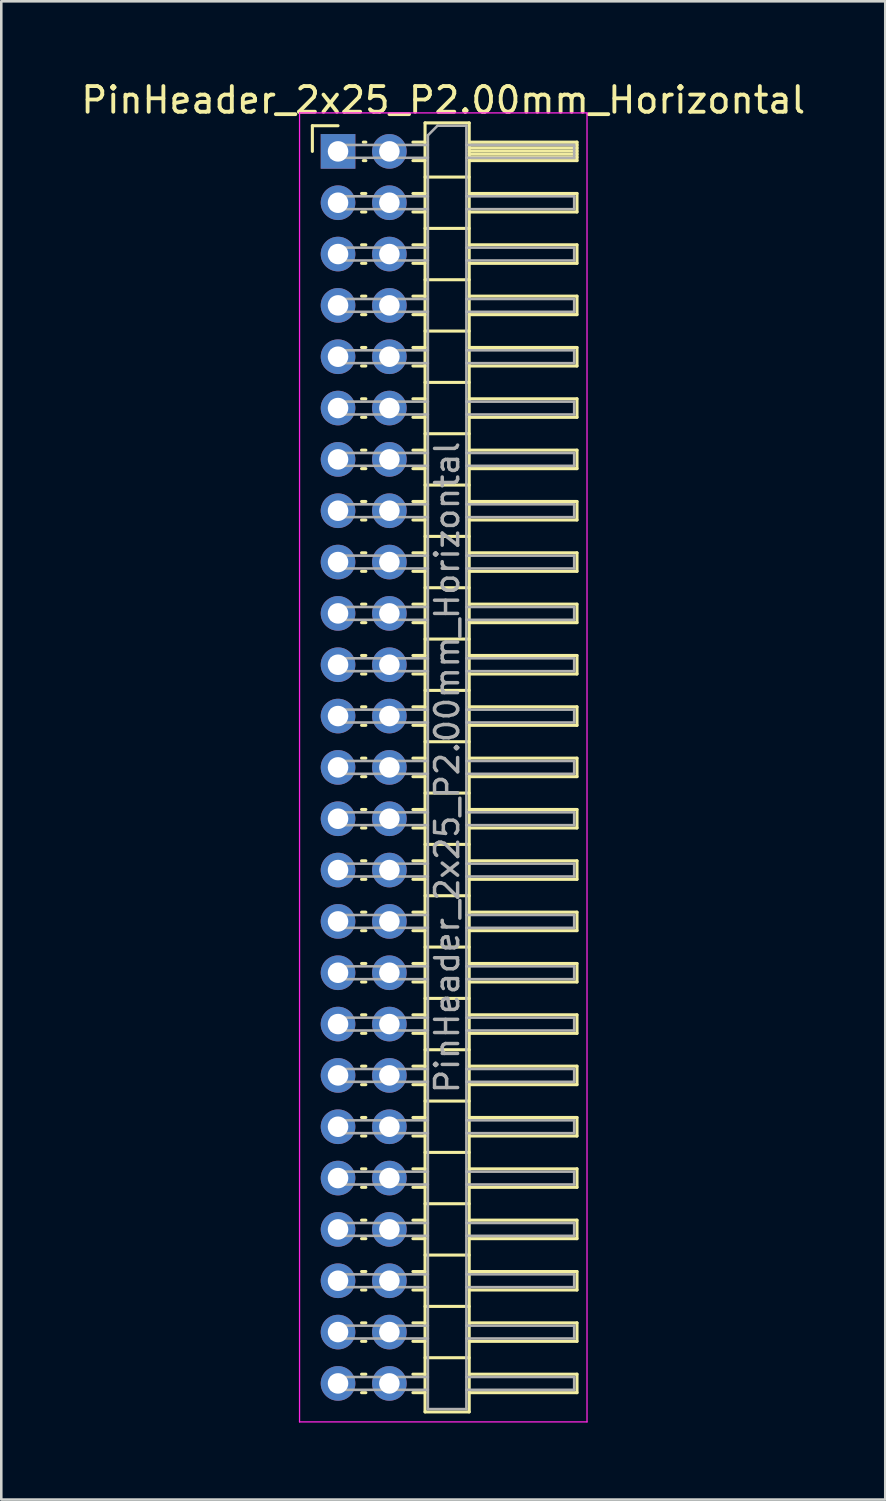
<source format=kicad_pcb>
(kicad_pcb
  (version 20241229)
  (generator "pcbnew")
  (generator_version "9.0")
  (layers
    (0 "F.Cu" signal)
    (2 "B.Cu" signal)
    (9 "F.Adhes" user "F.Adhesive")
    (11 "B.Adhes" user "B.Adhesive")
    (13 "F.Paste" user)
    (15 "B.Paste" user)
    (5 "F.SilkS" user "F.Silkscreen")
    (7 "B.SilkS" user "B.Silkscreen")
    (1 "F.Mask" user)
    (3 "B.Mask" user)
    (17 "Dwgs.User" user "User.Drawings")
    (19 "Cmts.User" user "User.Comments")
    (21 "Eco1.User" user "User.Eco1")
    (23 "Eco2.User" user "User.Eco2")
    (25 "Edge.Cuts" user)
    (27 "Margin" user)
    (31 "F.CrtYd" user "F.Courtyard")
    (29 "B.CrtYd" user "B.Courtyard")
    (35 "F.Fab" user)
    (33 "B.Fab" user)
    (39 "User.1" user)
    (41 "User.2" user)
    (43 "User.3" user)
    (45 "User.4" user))
  (footprint "PinHeader_2x25_P2.00mm_Horizontal"
    (layer "F.Cu")
    (at 10.12 2.848)
    (property "Reference" "PinHeader_2x25_P2.00mm_Horizontal" (at 4.1 -2 0) (layer "F.SilkS") (effects (font (size 1 1) (thickness 0.15))))
    (attr through_hole)
    (fp_line (start -1 -1) (end 0 -1) (stroke (width 0.12) (type solid)) (layer "F.SilkS"))
    (fp_line (start -1 0) (end -1 -1) (stroke (width 0.12) (type solid)) (layer "F.SilkS"))
    (fp_line (start 0.917 1.64) (end 1.083 1.64) (stroke (width 0.12) (type solid)) (layer "F.SilkS"))
    (fp_line (start 0.917 2.36) (end 1.083 2.36) (stroke (width 0.12) (type solid)) (layer "F.SilkS"))
    (fp_line (start 0.917 3.64) (end 1.083 3.64) (stroke (width 0.12) (type solid)) (layer "F.SilkS"))
    (fp_line (start 0.917 4.36) (end 1.083 4.36) (stroke (width 0.12) (type solid)) (layer "F.SilkS"))
    (fp_line (start 0.917 5.64) (end 1.083 5.64) (stroke (width 0.12) (type solid)) (layer "F.SilkS"))
    (fp_line (start 0.917 6.36) (end 1.083 6.36) (stroke (width 0.12) (type solid)) (layer "F.SilkS"))
    (fp_line (start 0.917 7.64) (end 1.083 7.64) (stroke (width 0.12) (type solid)) (layer "F.SilkS"))
    (fp_line (start 0.917 8.36) (end 1.083 8.36) (stroke (width 0.12) (type solid)) (layer "F.SilkS"))
    (fp_line (start 0.917 9.64) (end 1.083 9.64) (stroke (width 0.12) (type solid)) (layer "F.SilkS"))
    (fp_line (start 0.917 10.36) (end 1.083 10.36) (stroke (width 0.12) (type solid)) (layer "F.SilkS"))
    (fp_line (start 0.917 11.64) (end 1.083 11.64) (stroke (width 0.12) (type solid)) (layer "F.SilkS"))
    (fp_line (start 0.917 12.36) (end 1.083 12.36) (stroke (width 0.12) (type solid)) (layer "F.SilkS"))
    (fp_line (start 0.917 13.64) (end 1.083 13.64) (stroke (width 0.12) (type solid)) (layer "F.SilkS"))
    (fp_line (start 0.917 14.36) (end 1.083 14.36) (stroke (width 0.12) (type solid)) (layer "F.SilkS"))
    (fp_line (start 0.917 15.64) (end 1.083 15.64) (stroke (width 0.12) (type solid)) (layer "F.SilkS"))
    (fp_line (start 0.917 16.36) (end 1.083 16.36) (stroke (width 0.12) (type solid)) (layer "F.SilkS"))
    (fp_line (start 0.917 17.64) (end 1.083 17.64) (stroke (width 0.12) (type solid)) (layer "F.SilkS"))
    (fp_line (start 0.917 18.36) (end 1.083 18.36) (stroke (width 0.12) (type solid)) (layer "F.SilkS"))
    (fp_line (start 0.917 19.64) (end 1.083 19.64) (stroke (width 0.12) (type solid)) (layer "F.SilkS"))
    (fp_line (start 0.917 20.36) (end 1.083 20.36) (stroke (width 0.12) (type solid)) (layer "F.SilkS"))
    (fp_line (start 0.917 21.64) (end 1.083 21.64) (stroke (width 0.12) (type solid)) (layer "F.SilkS"))
    (fp_line (start 0.917 22.36) (end 1.083 22.36) (stroke (width 0.12) (type solid)) (layer "F.SilkS"))
    (fp_line (start 0.917 23.64) (end 1.083 23.64) (stroke (width 0.12) (type solid)) (layer "F.SilkS"))
    (fp_line (start 0.917 24.36) (end 1.083 24.36) (stroke (width 0.12) (type solid)) (layer "F.SilkS"))
    (fp_line (start 0.917 25.64) (end 1.083 25.64) (stroke (width 0.12) (type solid)) (layer "F.SilkS"))
    (fp_line (start 0.917 26.36) (end 1.083 26.36) (stroke (width 0.12) (type solid)) (layer "F.SilkS"))
    (fp_line (start 0.917 27.64) (end 1.083 27.64) (stroke (width 0.12) (type solid)) (layer "F.SilkS"))
    (fp_line (start 0.917 28.36) (end 1.083 28.36) (stroke (width 0.12) (type solid)) (layer "F.SilkS"))
    (fp_line (start 0.917 29.64) (end 1.083 29.64) (stroke (width 0.12) (type solid)) (layer "F.SilkS"))
    (fp_line (start 0.917 30.36) (end 1.083 30.36) (stroke (width 0.12) (type solid)) (layer "F.SilkS"))
    (fp_line (start 0.917 31.64) (end 1.083 31.64) (stroke (width 0.12) (type solid)) (layer "F.SilkS"))
    (fp_line (start 0.917 32.36) (end 1.083 32.36) (stroke (width 0.12) (type solid)) (layer "F.SilkS"))
    (fp_line (start 0.917 33.64) (end 1.083 33.64) (stroke (width 0.12) (type solid)) (layer "F.SilkS"))
    (fp_line (start 0.917 34.36) (end 1.083 34.36) (stroke (width 0.12) (type solid)) (layer "F.SilkS"))
    (fp_line (start 0.917 35.64) (end 1.083 35.64) (stroke (width 0.12) (type solid)) (layer "F.SilkS"))
    (fp_line (start 0.917 36.36) (end 1.083 36.36) (stroke (width 0.12) (type solid)) (layer "F.SilkS"))
    (fp_line (start 0.917 37.64) (end 1.083 37.64) (stroke (width 0.12) (type solid)) (layer "F.SilkS"))
    (fp_line (start 0.917 38.36) (end 1.083 38.36) (stroke (width 0.12) (type solid)) (layer "F.SilkS"))
    (fp_line (start 0.917 39.64) (end 1.083 39.64) (stroke (width 0.12) (type solid)) (layer "F.SilkS"))
    (fp_line (start 0.917 40.36) (end 1.083 40.36) (stroke (width 0.12) (type solid)) (layer "F.SilkS"))
    (fp_line (start 0.917 41.64) (end 1.083 41.64) (stroke (width 0.12) (type solid)) (layer "F.SilkS"))
    (fp_line (start 0.917 42.36) (end 1.083 42.36) (stroke (width 0.12) (type solid)) (layer "F.SilkS"))
    (fp_line (start 0.917 43.64) (end 1.083 43.64) (stroke (width 0.12) (type solid)) (layer "F.SilkS"))
    (fp_line (start 0.917 44.36) (end 1.083 44.36) (stroke (width 0.12) (type solid)) (layer "F.SilkS"))
    (fp_line (start 0.917 45.64) (end 1.083 45.64) (stroke (width 0.12) (type solid)) (layer "F.SilkS"))
    (fp_line (start 0.917 46.36) (end 1.083 46.36) (stroke (width 0.12) (type solid)) (layer "F.SilkS"))
    (fp_line (start 0.917 47.64) (end 1.083 47.64) (stroke (width 0.12) (type solid)) (layer "F.SilkS"))
    (fp_line (start 0.917 48.36) (end 1.083 48.36) (stroke (width 0.12) (type solid)) (layer "F.SilkS"))
    (fp_line (start 0.985 -0.36) (end 1.083 -0.36) (stroke (width 0.12) (type solid)) (layer "F.SilkS"))
    (fp_line (start 0.985 0.36) (end 1.083 0.36) (stroke (width 0.12) (type solid)) (layer "F.SilkS"))
    (fp_line (start 2.917 -0.36) (end 3.39 -0.36) (stroke (width 0.12) (type solid)) (layer "F.SilkS"))
    (fp_line (start 2.917 0.36) (end 3.39 0.36) (stroke (width 0.12) (type solid)) (layer "F.SilkS"))
    (fp_line (start 2.917 1.64) (end 3.39 1.64) (stroke (width 0.12) (type solid)) (layer "F.SilkS"))
    (fp_line (start 2.917 2.36) (end 3.39 2.36) (stroke (width 0.12) (type solid)) (layer "F.SilkS"))
    (fp_line (start 2.917 3.64) (end 3.39 3.64) (stroke (width 0.12) (type solid)) (layer "F.SilkS"))
    (fp_line (start 2.917 4.36) (end 3.39 4.36) (stroke (width 0.12) (type solid)) (layer "F.SilkS"))
    (fp_line (start 2.917 5.64) (end 3.39 5.64) (stroke (width 0.12) (type solid)) (layer "F.SilkS"))
    (fp_line (start 2.917 6.36) (end 3.39 6.36) (stroke (width 0.12) (type solid)) (layer "F.SilkS"))
    (fp_line (start 2.917 7.64) (end 3.39 7.64) (stroke (width 0.12) (type solid)) (layer "F.SilkS"))
    (fp_line (start 2.917 8.36) (end 3.39 8.36) (stroke (width 0.12) (type solid)) (layer "F.SilkS"))
    (fp_line (start 2.917 9.64) (end 3.39 9.64) (stroke (width 0.12) (type solid)) (layer "F.SilkS"))
    (fp_line (start 2.917 10.36) (end 3.39 10.36) (stroke (width 0.12) (type solid)) (layer "F.SilkS"))
    (fp_line (start 2.917 11.64) (end 3.39 11.64) (stroke (width 0.12) (type solid)) (layer "F.SilkS"))
    (fp_line (start 2.917 12.36) (end 3.39 12.36) (stroke (width 0.12) (type solid)) (layer "F.SilkS"))
    (fp_line (start 2.917 13.64) (end 3.39 13.64) (stroke (width 0.12) (type solid)) (layer "F.SilkS"))
    (fp_line (start 2.917 14.36) (end 3.39 14.36) (stroke (width 0.12) (type solid)) (layer "F.SilkS"))
    (fp_line (start 2.917 15.64) (end 3.39 15.64) (stroke (width 0.12) (type solid)) (layer "F.SilkS"))
    (fp_line (start 2.917 16.36) (end 3.39 16.36) (stroke (width 0.12) (type solid)) (layer "F.SilkS"))
    (fp_line (start 2.917 17.64) (end 3.39 17.64) (stroke (width 0.12) (type solid)) (layer "F.SilkS"))
    (fp_line (start 2.917 18.36) (end 3.39 18.36) (stroke (width 0.12) (type solid)) (layer "F.SilkS"))
    (fp_line (start 2.917 19.64) (end 3.39 19.64) (stroke (width 0.12) (type solid)) (layer "F.SilkS"))
    (fp_line (start 2.917 20.36) (end 3.39 20.36) (stroke (width 0.12) (type solid)) (layer "F.SilkS"))
    (fp_line (start 2.917 21.64) (end 3.39 21.64) (stroke (width 0.12) (type solid)) (layer "F.SilkS"))
    (fp_line (start 2.917 22.36) (end 3.39 22.36) (stroke (width 0.12) (type solid)) (layer "F.SilkS"))
    (fp_line (start 2.917 23.64) (end 3.39 23.64) (stroke (width 0.12) (type solid)) (layer "F.SilkS"))
    (fp_line (start 2.917 24.36) (end 3.39 24.36) (stroke (width 0.12) (type solid)) (layer "F.SilkS"))
    (fp_line (start 2.917 25.64) (end 3.39 25.64) (stroke (width 0.12) (type solid)) (layer "F.SilkS"))
    (fp_line (start 2.917 26.36) (end 3.39 26.36) (stroke (width 0.12) (type solid)) (layer "F.SilkS"))
    (fp_line (start 2.917 27.64) (end 3.39 27.64) (stroke (width 0.12) (type solid)) (layer "F.SilkS"))
    (fp_line (start 2.917 28.36) (end 3.39 28.36) (stroke (width 0.12) (type solid)) (layer "F.SilkS"))
    (fp_line (start 2.917 29.64) (end 3.39 29.64) (stroke (width 0.12) (type solid)) (layer "F.SilkS"))
    (fp_line (start 2.917 30.36) (end 3.39 30.36) (stroke (width 0.12) (type solid)) (layer "F.SilkS"))
    (fp_line (start 2.917 31.64) (end 3.39 31.64) (stroke (width 0.12) (type solid)) (layer "F.SilkS"))
    (fp_line (start 2.917 32.36) (end 3.39 32.36) (stroke (width 0.12) (type solid)) (layer "F.SilkS"))
    (fp_line (start 2.917 33.64) (end 3.39 33.64) (stroke (width 0.12) (type solid)) (layer "F.SilkS"))
    (fp_line (start 2.917 34.36) (end 3.39 34.36) (stroke (width 0.12) (type solid)) (layer "F.SilkS"))
    (fp_line (start 2.917 35.64) (end 3.39 35.64) (stroke (width 0.12) (type solid)) (layer "F.SilkS"))
    (fp_line (start 2.917 36.36) (end 3.39 36.36) (stroke (width 0.12) (type solid)) (layer "F.SilkS"))
    (fp_line (start 2.917 37.64) (end 3.39 37.64) (stroke (width 0.12) (type solid)) (layer "F.SilkS"))
    (fp_line (start 2.917 38.36) (end 3.39 38.36) (stroke (width 0.12) (type solid)) (layer "F.SilkS"))
    (fp_line (start 2.917 39.64) (end 3.39 39.64) (stroke (width 0.12) (type solid)) (layer "F.SilkS"))
    (fp_line (start 2.917 40.36) (end 3.39 40.36) (stroke (width 0.12) (type solid)) (layer "F.SilkS"))
    (fp_line (start 2.917 41.64) (end 3.39 41.64) (stroke (width 0.12) (type solid)) (layer "F.SilkS"))
    (fp_line (start 2.917 42.36) (end 3.39 42.36) (stroke (width 0.12) (type solid)) (layer "F.SilkS"))
    (fp_line (start 2.917 43.64) (end 3.39 43.64) (stroke (width 0.12) (type solid)) (layer "F.SilkS"))
    (fp_line (start 2.917 44.36) (end 3.39 44.36) (stroke (width 0.12) (type solid)) (layer "F.SilkS"))
    (fp_line (start 2.917 45.64) (end 3.39 45.64) (stroke (width 0.12) (type solid)) (layer "F.SilkS"))
    (fp_line (start 2.917 46.36) (end 3.39 46.36) (stroke (width 0.12) (type solid)) (layer "F.SilkS"))
    (fp_line (start 2.917 47.64) (end 3.39 47.64) (stroke (width 0.12) (type solid)) (layer "F.SilkS"))
    (fp_line (start 2.917 48.36) (end 3.39 48.36) (stroke (width 0.12) (type solid)) (layer "F.SilkS"))
    (fp_line (start 3.39 -1.11) (end 3.39 49.11) (stroke (width 0.12) (type solid)) (layer "F.SilkS"))
    (fp_line (start 3.39 1) (end 5.11 1) (stroke (width 0.12) (type solid)) (layer "F.SilkS"))
    (fp_line (start 3.39 3) (end 5.11 3) (stroke (width 0.12) (type solid)) (layer "F.SilkS"))
    (fp_line (start 3.39 5) (end 5.11 5) (stroke (width 0.12) (type solid)) (layer "F.SilkS"))
    (fp_line (start 3.39 7) (end 5.11 7) (stroke (width 0.12) (type solid)) (layer "F.SilkS"))
    (fp_line (start 3.39 9) (end 5.11 9) (stroke (width 0.12) (type solid)) (layer "F.SilkS"))
    (fp_line (start 3.39 11) (end 5.11 11) (stroke (width 0.12) (type solid)) (layer "F.SilkS"))
    (fp_line (start 3.39 13) (end 5.11 13) (stroke (width 0.12) (type solid)) (layer "F.SilkS"))
    (fp_line (start 3.39 15) (end 5.11 15) (stroke (width 0.12) (type solid)) (layer "F.SilkS"))
    (fp_line (start 3.39 17) (end 5.11 17) (stroke (width 0.12) (type solid)) (layer "F.SilkS"))
    (fp_line (start 3.39 19) (end 5.11 19) (stroke (width 0.12) (type solid)) (layer "F.SilkS"))
    (fp_line (start 3.39 21) (end 5.11 21) (stroke (width 0.12) (type solid)) (layer "F.SilkS"))
    (fp_line (start 3.39 23) (end 5.11 23) (stroke (width 0.12) (type solid)) (layer "F.SilkS"))
    (fp_line (start 3.39 25) (end 5.11 25) (stroke (width 0.12) (type solid)) (layer "F.SilkS"))
    (fp_line (start 3.39 27) (end 5.11 27) (stroke (width 0.12) (type solid)) (layer "F.SilkS"))
    (fp_line (start 3.39 29) (end 5.11 29) (stroke (width 0.12) (type solid)) (layer "F.SilkS"))
    (fp_line (start 3.39 31) (end 5.11 31) (stroke (width 0.12) (type solid)) (layer "F.SilkS"))
    (fp_line (start 3.39 33) (end 5.11 33) (stroke (width 0.12) (type solid)) (layer "F.SilkS"))
    (fp_line (start 3.39 35) (end 5.11 35) (stroke (width 0.12) (type solid)) (layer "F.SilkS"))
    (fp_line (start 3.39 37) (end 5.11 37) (stroke (width 0.12) (type solid)) (layer "F.SilkS"))
    (fp_line (start 3.39 39) (end 5.11 39) (stroke (width 0.12) (type solid)) (layer "F.SilkS"))
    (fp_line (start 3.39 41) (end 5.11 41) (stroke (width 0.12) (type solid)) (layer "F.SilkS"))
    (fp_line (start 3.39 43) (end 5.11 43) (stroke (width 0.12) (type solid)) (layer "F.SilkS"))
    (fp_line (start 3.39 45) (end 5.11 45) (stroke (width 0.12) (type solid)) (layer "F.SilkS"))
    (fp_line (start 3.39 47) (end 5.11 47) (stroke (width 0.12) (type solid)) (layer "F.SilkS"))
    (fp_line (start 3.39 49.11) (end 5.11 49.11) (stroke (width 0.12) (type solid)) (layer "F.SilkS"))
    (fp_line (start 5.11 -1.11) (end 3.39 -1.11) (stroke (width 0.12) (type solid)) (layer "F.SilkS"))
    (fp_line (start 5.11 -0.36) (end 9.31 -0.36) (stroke (width 0.12) (type solid)) (layer "F.SilkS"))
    (fp_line (start 5.11 -0.25) (end 9.31 -0.25) (stroke (width 0.12) (type solid)) (layer "F.SilkS"))
    (fp_line (start 5.11 -0.13) (end 9.31 -0.13) (stroke (width 0.12) (type solid)) (layer "F.SilkS"))
    (fp_line (start 5.11 -0.01) (end 9.31 -0.01) (stroke (width 0.12) (type solid)) (layer "F.SilkS"))
    (fp_line (start 5.11 0.11) (end 9.31 0.11) (stroke (width 0.12) (type solid)) (layer "F.SilkS"))
    (fp_line (start 5.11 0.23) (end 9.31 0.23) (stroke (width 0.12) (type solid)) (layer "F.SilkS"))
    (fp_line (start 5.11 1.64) (end 9.31 1.64) (stroke (width 0.12) (type solid)) (layer "F.SilkS"))
    (fp_line (start 5.11 3.64) (end 9.31 3.64) (stroke (width 0.12) (type solid)) (layer "F.SilkS"))
    (fp_line (start 5.11 5.64) (end 9.31 5.64) (stroke (width 0.12) (type solid)) (layer "F.SilkS"))
    (fp_line (start 5.11 7.64) (end 9.31 7.64) (stroke (width 0.12) (type solid)) (layer "F.SilkS"))
    (fp_line (start 5.11 9.64) (end 9.31 9.64) (stroke (width 0.12) (type solid)) (layer "F.SilkS"))
    (fp_line (start 5.11 11.64) (end 9.31 11.64) (stroke (width 0.12) (type solid)) (layer "F.SilkS"))
    (fp_line (start 5.11 13.64) (end 9.31 13.64) (stroke (width 0.12) (type solid)) (layer "F.SilkS"))
    (fp_line (start 5.11 15.64) (end 9.31 15.64) (stroke (width 0.12) (type solid)) (layer "F.SilkS"))
    (fp_line (start 5.11 17.64) (end 9.31 17.64) (stroke (width 0.12) (type solid)) (layer "F.SilkS"))
    (fp_line (start 5.11 19.64) (end 9.31 19.64) (stroke (width 0.12) (type solid)) (layer "F.SilkS"))
    (fp_line (start 5.11 21.64) (end 9.31 21.64) (stroke (width 0.12) (type solid)) (layer "F.SilkS"))
    (fp_line (start 5.11 23.64) (end 9.31 23.64) (stroke (width 0.12) (type solid)) (layer "F.SilkS"))
    (fp_line (start 5.11 25.64) (end 9.31 25.64) (stroke (width 0.12) (type solid)) (layer "F.SilkS"))
    (fp_line (start 5.11 27.64) (end 9.31 27.64) (stroke (width 0.12) (type solid)) (layer "F.SilkS"))
    (fp_line (start 5.11 29.64) (end 9.31 29.64) (stroke (width 0.12) (type solid)) (layer "F.SilkS"))
    (fp_line (start 5.11 31.64) (end 9.31 31.64) (stroke (width 0.12) (type solid)) (layer "F.SilkS"))
    (fp_line (start 5.11 33.64) (end 9.31 33.64) (stroke (width 0.12) (type solid)) (layer "F.SilkS"))
    (fp_line (start 5.11 35.64) (end 9.31 35.64) (stroke (width 0.12) (type solid)) (layer "F.SilkS"))
    (fp_line (start 5.11 37.64) (end 9.31 37.64) (stroke (width 0.12) (type solid)) (layer "F.SilkS"))
    (fp_line (start 5.11 39.64) (end 9.31 39.64) (stroke (width 0.12) (type solid)) (layer "F.SilkS"))
    (fp_line (start 5.11 41.64) (end 9.31 41.64) (stroke (width 0.12) (type solid)) (layer "F.SilkS"))
    (fp_line (start 5.11 43.64) (end 9.31 43.64) (stroke (width 0.12) (type solid)) (layer "F.SilkS"))
    (fp_line (start 5.11 45.64) (end 9.31 45.64) (stroke (width 0.12) (type solid)) (layer "F.SilkS"))
    (fp_line (start 5.11 47.64) (end 9.31 47.64) (stroke (width 0.12) (type solid)) (layer "F.SilkS"))
    (fp_line (start 5.11 49.11) (end 5.11 -1.11) (stroke (width 0.12) (type solid)) (layer "F.SilkS"))
    (fp_line (start 9.31 -0.36) (end 9.31 0.36) (stroke (width 0.12) (type solid)) (layer "F.SilkS"))
    (fp_line (start 9.31 0.36) (end 5.11 0.36) (stroke (width 0.12) (type solid)) (layer "F.SilkS"))
    (fp_line (start 9.31 1.64) (end 9.31 2.36) (stroke (width 0.12) (type solid)) (layer "F.SilkS"))
    (fp_line (start 9.31 2.36) (end 5.11 2.36) (stroke (width 0.12) (type solid)) (layer "F.SilkS"))
    (fp_line (start 9.31 3.64) (end 9.31 4.36) (stroke (width 0.12) (type solid)) (layer "F.SilkS"))
    (fp_line (start 9.31 4.36) (end 5.11 4.36) (stroke (width 0.12) (type solid)) (layer "F.SilkS"))
    (fp_line (start 9.31 5.64) (end 9.31 6.36) (stroke (width 0.12) (type solid)) (layer "F.SilkS"))
    (fp_line (start 9.31 6.36) (end 5.11 6.36) (stroke (width 0.12) (type solid)) (layer "F.SilkS"))
    (fp_line (start 9.31 7.64) (end 9.31 8.36) (stroke (width 0.12) (type solid)) (layer "F.SilkS"))
    (fp_line (start 9.31 8.36) (end 5.11 8.36) (stroke (width 0.12) (type solid)) (layer "F.SilkS"))
    (fp_line (start 9.31 9.64) (end 9.31 10.36) (stroke (width 0.12) (type solid)) (layer "F.SilkS"))
    (fp_line (start 9.31 10.36) (end 5.11 10.36) (stroke (width 0.12) (type solid)) (layer "F.SilkS"))
    (fp_line (start 9.31 11.64) (end 9.31 12.36) (stroke (width 0.12) (type solid)) (layer "F.SilkS"))
    (fp_line (start 9.31 12.36) (end 5.11 12.36) (stroke (width 0.12) (type solid)) (layer "F.SilkS"))
    (fp_line (start 9.31 13.64) (end 9.31 14.36) (stroke (width 0.12) (type solid)) (layer "F.SilkS"))
    (fp_line (start 9.31 14.36) (end 5.11 14.36) (stroke (width 0.12) (type solid)) (layer "F.SilkS"))
    (fp_line (start 9.31 15.64) (end 9.31 16.36) (stroke (width 0.12) (type solid)) (layer "F.SilkS"))
    (fp_line (start 9.31 16.36) (end 5.11 16.36) (stroke (width 0.12) (type solid)) (layer "F.SilkS"))
    (fp_line (start 9.31 17.64) (end 9.31 18.36) (stroke (width 0.12) (type solid)) (layer "F.SilkS"))
    (fp_line (start 9.31 18.36) (end 5.11 18.36) (stroke (width 0.12) (type solid)) (layer "F.SilkS"))
    (fp_line (start 9.31 19.64) (end 9.31 20.36) (stroke (width 0.12) (type solid)) (layer "F.SilkS"))
    (fp_line (start 9.31 20.36) (end 5.11 20.36) (stroke (width 0.12) (type solid)) (layer "F.SilkS"))
    (fp_line (start 9.31 21.64) (end 9.31 22.36) (stroke (width 0.12) (type solid)) (layer "F.SilkS"))
    (fp_line (start 9.31 22.36) (end 5.11 22.36) (stroke (width 0.12) (type solid)) (layer "F.SilkS"))
    (fp_line (start 9.31 23.64) (end 9.31 24.36) (stroke (width 0.12) (type solid)) (layer "F.SilkS"))
    (fp_line (start 9.31 24.36) (end 5.11 24.36) (stroke (width 0.12) (type solid)) (layer "F.SilkS"))
    (fp_line (start 9.31 25.64) (end 9.31 26.36) (stroke (width 0.12) (type solid)) (layer "F.SilkS"))
    (fp_line (start 9.31 26.36) (end 5.11 26.36) (stroke (width 0.12) (type solid)) (layer "F.SilkS"))
    (fp_line (start 9.31 27.64) (end 9.31 28.36) (stroke (width 0.12) (type solid)) (layer "F.SilkS"))
    (fp_line (start 9.31 28.36) (end 5.11 28.36) (stroke (width 0.12) (type solid)) (layer "F.SilkS"))
    (fp_line (start 9.31 29.64) (end 9.31 30.36) (stroke (width 0.12) (type solid)) (layer "F.SilkS"))
    (fp_line (start 9.31 30.36) (end 5.11 30.36) (stroke (width 0.12) (type solid)) (layer "F.SilkS"))
    (fp_line (start 9.31 31.64) (end 9.31 32.36) (stroke (width 0.12) (type solid)) (layer "F.SilkS"))
    (fp_line (start 9.31 32.36) (end 5.11 32.36) (stroke (width 0.12) (type solid)) (layer "F.SilkS"))
    (fp_line (start 9.31 33.64) (end 9.31 34.36) (stroke (width 0.12) (type solid)) (layer "F.SilkS"))
    (fp_line (start 9.31 34.36) (end 5.11 34.36) (stroke (width 0.12) (type solid)) (layer "F.SilkS"))
    (fp_line (start 9.31 35.64) (end 9.31 36.36) (stroke (width 0.12) (type solid)) (layer "F.SilkS"))
    (fp_line (start 9.31 36.36) (end 5.11 36.36) (stroke (width 0.12) (type solid)) (layer "F.SilkS"))
    (fp_line (start 9.31 37.64) (end 9.31 38.36) (stroke (width 0.12) (type solid)) (layer "F.SilkS"))
    (fp_line (start 9.31 38.36) (end 5.11 38.36) (stroke (width 0.12) (type solid)) (layer "F.SilkS"))
    (fp_line (start 9.31 39.64) (end 9.31 40.36) (stroke (width 0.12) (type solid)) (layer "F.SilkS"))
    (fp_line (start 9.31 40.36) (end 5.11 40.36) (stroke (width 0.12) (type solid)) (layer "F.SilkS"))
    (fp_line (start 9.31 41.64) (end 9.31 42.36) (stroke (width 0.12) (type solid)) (layer "F.SilkS"))
    (fp_line (start 9.31 42.36) (end 5.11 42.36) (stroke (width 0.12) (type solid)) (layer "F.SilkS"))
    (fp_line (start 9.31 43.64) (end 9.31 44.36) (stroke (width 0.12) (type solid)) (layer "F.SilkS"))
    (fp_line (start 9.31 44.36) (end 5.11 44.36) (stroke (width 0.12) (type solid)) (layer "F.SilkS"))
    (fp_line (start 9.31 45.64) (end 9.31 46.36) (stroke (width 0.12) (type solid)) (layer "F.SilkS"))
    (fp_line (start 9.31 46.36) (end 5.11 46.36) (stroke (width 0.12) (type solid)) (layer "F.SilkS"))
    (fp_line (start 9.31 47.64) (end 9.31 48.36) (stroke (width 0.12) (type solid)) (layer "F.SilkS"))
    (fp_line (start 9.31 48.36) (end 5.11 48.36) (stroke (width 0.12) (type solid)) (layer "F.SilkS"))
    (fp_line (start -1.5 -1.5) (end -1.5 49.5) (stroke (width 0.05) (type solid)) (layer "F.CrtYd"))
    (fp_line (start -1.5 49.5) (end 9.7 49.5) (stroke (width 0.05) (type solid)) (layer "F.CrtYd"))
    (fp_line (start 9.7 -1.5) (end -1.5 -1.5) (stroke (width 0.05) (type solid)) (layer "F.CrtYd"))
    (fp_line (start 9.7 49.5) (end 9.7 -1.5) (stroke (width 0.05) (type solid)) (layer "F.CrtYd"))
    (fp_line (start -0.25 -0.25) (end -0.25 0.25) (stroke (width 0.1) (type solid)) (layer "F.Fab"))
    (fp_line (start -0.25 -0.25) (end 3.5 -0.25) (stroke (width 0.1) (type solid)) (layer "F.Fab"))
    (fp_line (start -0.25 0.25) (end 3.5 0.25) (stroke (width 0.1) (type solid)) (layer "F.Fab"))
    (fp_line (start -0.25 1.75) (end -0.25 2.25) (stroke (width 0.1) (type solid)) (layer "F.Fab"))
    (fp_line (start -0.25 1.75) (end 3.5 1.75) (stroke (width 0.1) (type solid)) (layer "F.Fab"))
    (fp_line (start -0.25 2.25) (end 3.5 2.25) (stroke (width 0.1) (type solid)) (layer "F.Fab"))
    (fp_line (start -0.25 3.75) (end -0.25 4.25) (stroke (width 0.1) (type solid)) (layer "F.Fab"))
    (fp_line (start -0.25 3.75) (end 3.5 3.75) (stroke (width 0.1) (type solid)) (layer "F.Fab"))
    (fp_line (start -0.25 4.25) (end 3.5 4.25) (stroke (width 0.1) (type solid)) (layer "F.Fab"))
    (fp_line (start -0.25 5.75) (end -0.25 6.25) (stroke (width 0.1) (type solid)) (layer "F.Fab"))
    (fp_line (start -0.25 5.75) (end 3.5 5.75) (stroke (width 0.1) (type solid)) (layer "F.Fab"))
    (fp_line (start -0.25 6.25) (end 3.5 6.25) (stroke (width 0.1) (type solid)) (layer "F.Fab"))
    (fp_line (start -0.25 7.75) (end -0.25 8.25) (stroke (width 0.1) (type solid)) (layer "F.Fab"))
    (fp_line (start -0.25 7.75) (end 3.5 7.75) (stroke (width 0.1) (type solid)) (layer "F.Fab"))
    (fp_line (start -0.25 8.25) (end 3.5 8.25) (stroke (width 0.1) (type solid)) (layer "F.Fab"))
    (fp_line (start -0.25 9.75) (end -0.25 10.25) (stroke (width 0.1) (type solid)) (layer "F.Fab"))
    (fp_line (start -0.25 9.75) (end 3.5 9.75) (stroke (width 0.1) (type solid)) (layer "F.Fab"))
    (fp_line (start -0.25 10.25) (end 3.5 10.25) (stroke (width 0.1) (type solid)) (layer "F.Fab"))
    (fp_line (start -0.25 11.75) (end -0.25 12.25) (stroke (width 0.1) (type solid)) (layer "F.Fab"))
    (fp_line (start -0.25 11.75) (end 3.5 11.75) (stroke (width 0.1) (type solid)) (layer "F.Fab"))
    (fp_line (start -0.25 12.25) (end 3.5 12.25) (stroke (width 0.1) (type solid)) (layer "F.Fab"))
    (fp_line (start -0.25 13.75) (end -0.25 14.25) (stroke (width 0.1) (type solid)) (layer "F.Fab"))
    (fp_line (start -0.25 13.75) (end 3.5 13.75) (stroke (width 0.1) (type solid)) (layer "F.Fab"))
    (fp_line (start -0.25 14.25) (end 3.5 14.25) (stroke (width 0.1) (type solid)) (layer "F.Fab"))
    (fp_line (start -0.25 15.75) (end -0.25 16.25) (stroke (width 0.1) (type solid)) (layer "F.Fab"))
    (fp_line (start -0.25 15.75) (end 3.5 15.75) (stroke (width 0.1) (type solid)) (layer "F.Fab"))
    (fp_line (start -0.25 16.25) (end 3.5 16.25) (stroke (width 0.1) (type solid)) (layer "F.Fab"))
    (fp_line (start -0.25 17.75) (end -0.25 18.25) (stroke (width 0.1) (type solid)) (layer "F.Fab"))
    (fp_line (start -0.25 17.75) (end 3.5 17.75) (stroke (width 0.1) (type solid)) (layer "F.Fab"))
    (fp_line (start -0.25 18.25) (end 3.5 18.25) (stroke (width 0.1) (type solid)) (layer "F.Fab"))
    (fp_line (start -0.25 19.75) (end -0.25 20.25) (stroke (width 0.1) (type solid)) (layer "F.Fab"))
    (fp_line (start -0.25 19.75) (end 3.5 19.75) (stroke (width 0.1) (type solid)) (layer "F.Fab"))
    (fp_line (start -0.25 20.25) (end 3.5 20.25) (stroke (width 0.1) (type solid)) (layer "F.Fab"))
    (fp_line (start -0.25 21.75) (end -0.25 22.25) (stroke (width 0.1) (type solid)) (layer "F.Fab"))
    (fp_line (start -0.25 21.75) (end 3.5 21.75) (stroke (width 0.1) (type solid)) (layer "F.Fab"))
    (fp_line (start -0.25 22.25) (end 3.5 22.25) (stroke (width 0.1) (type solid)) (layer "F.Fab"))
    (fp_line (start -0.25 23.75) (end -0.25 24.25) (stroke (width 0.1) (type solid)) (layer "F.Fab"))
    (fp_line (start -0.25 23.75) (end 3.5 23.75) (stroke (width 0.1) (type solid)) (layer "F.Fab"))
    (fp_line (start -0.25 24.25) (end 3.5 24.25) (stroke (width 0.1) (type solid)) (layer "F.Fab"))
    (fp_line (start -0.25 25.75) (end -0.25 26.25) (stroke (width 0.1) (type solid)) (layer "F.Fab"))
    (fp_line (start -0.25 25.75) (end 3.5 25.75) (stroke (width 0.1) (type solid)) (layer "F.Fab"))
    (fp_line (start -0.25 26.25) (end 3.5 26.25) (stroke (width 0.1) (type solid)) (layer "F.Fab"))
    (fp_line (start -0.25 27.75) (end -0.25 28.25) (stroke (width 0.1) (type solid)) (layer "F.Fab"))
    (fp_line (start -0.25 27.75) (end 3.5 27.75) (stroke (width 0.1) (type solid)) (layer "F.Fab"))
    (fp_line (start -0.25 28.25) (end 3.5 28.25) (stroke (width 0.1) (type solid)) (layer "F.Fab"))
    (fp_line (start -0.25 29.75) (end -0.25 30.25) (stroke (width 0.1) (type solid)) (layer "F.Fab"))
    (fp_line (start -0.25 29.75) (end 3.5 29.75) (stroke (width 0.1) (type solid)) (layer "F.Fab"))
    (fp_line (start -0.25 30.25) (end 3.5 30.25) (stroke (width 0.1) (type solid)) (layer "F.Fab"))
    (fp_line (start -0.25 31.75) (end -0.25 32.25) (stroke (width 0.1) (type solid)) (layer "F.Fab"))
    (fp_line (start -0.25 31.75) (end 3.5 31.75) (stroke (width 0.1) (type solid)) (layer "F.Fab"))
    (fp_line (start -0.25 32.25) (end 3.5 32.25) (stroke (width 0.1) (type solid)) (layer "F.Fab"))
    (fp_line (start -0.25 33.75) (end -0.25 34.25) (stroke (width 0.1) (type solid)) (layer "F.Fab"))
    (fp_line (start -0.25 33.75) (end 3.5 33.75) (stroke (width 0.1) (type solid)) (layer "F.Fab"))
    (fp_line (start -0.25 34.25) (end 3.5 34.25) (stroke (width 0.1) (type solid)) (layer "F.Fab"))
    (fp_line (start -0.25 35.75) (end -0.25 36.25) (stroke (width 0.1) (type solid)) (layer "F.Fab"))
    (fp_line (start -0.25 35.75) (end 3.5 35.75) (stroke (width 0.1) (type solid)) (layer "F.Fab"))
    (fp_line (start -0.25 36.25) (end 3.5 36.25) (stroke (width 0.1) (type solid)) (layer "F.Fab"))
    (fp_line (start -0.25 37.75) (end -0.25 38.25) (stroke (width 0.1) (type solid)) (layer "F.Fab"))
    (fp_line (start -0.25 37.75) (end 3.5 37.75) (stroke (width 0.1) (type solid)) (layer "F.Fab"))
    (fp_line (start -0.25 38.25) (end 3.5 38.25) (stroke (width 0.1) (type solid)) (layer "F.Fab"))
    (fp_line (start -0.25 39.75) (end -0.25 40.25) (stroke (width 0.1) (type solid)) (layer "F.Fab"))
    (fp_line (start -0.25 39.75) (end 3.5 39.75) (stroke (width 0.1) (type solid)) (layer "F.Fab"))
    (fp_line (start -0.25 40.25) (end 3.5 40.25) (stroke (width 0.1) (type solid)) (layer "F.Fab"))
    (fp_line (start -0.25 41.75) (end -0.25 42.25) (stroke (width 0.1) (type solid)) (layer "F.Fab"))
    (fp_line (start -0.25 41.75) (end 3.5 41.75) (stroke (width 0.1) (type solid)) (layer "F.Fab"))
    (fp_line (start -0.25 42.25) (end 3.5 42.25) (stroke (width 0.1) (type solid)) (layer "F.Fab"))
    (fp_line (start -0.25 43.75) (end -0.25 44.25) (stroke (width 0.1) (type solid)) (layer "F.Fab"))
    (fp_line (start -0.25 43.75) (end 3.5 43.75) (stroke (width 0.1) (type solid)) (layer "F.Fab"))
    (fp_line (start -0.25 44.25) (end 3.5 44.25) (stroke (width 0.1) (type solid)) (layer "F.Fab"))
    (fp_line (start -0.25 45.75) (end -0.25 46.25) (stroke (width 0.1) (type solid)) (layer "F.Fab"))
    (fp_line (start -0.25 45.75) (end 3.5 45.75) (stroke (width 0.1) (type solid)) (layer "F.Fab"))
    (fp_line (start -0.25 46.25) (end 3.5 46.25) (stroke (width 0.1) (type solid)) (layer "F.Fab"))
    (fp_line (start -0.25 47.75) (end -0.25 48.25) (stroke (width 0.1) (type solid)) (layer "F.Fab"))
    (fp_line (start -0.25 47.75) (end 3.5 47.75) (stroke (width 0.1) (type solid)) (layer "F.Fab"))
    (fp_line (start -0.25 48.25) (end 3.5 48.25) (stroke (width 0.1) (type solid)) (layer "F.Fab"))
    (fp_line (start 3.5 -0.625) (end 3.875 -1) (stroke (width 0.1) (type solid)) (layer "F.Fab"))
    (fp_line (start 3.5 49) (end 3.5 -0.625) (stroke (width 0.1) (type solid)) (layer "F.Fab"))
    (fp_line (start 3.875 -1) (end 5 -1) (stroke (width 0.1) (type solid)) (layer "F.Fab"))
    (fp_line (start 5 -1) (end 5 49) (stroke (width 0.1) (type solid)) (layer "F.Fab"))
    (fp_line (start 5 -0.25) (end 9.2 -0.25) (stroke (width 0.1) (type solid)) (layer "F.Fab"))
    (fp_line (start 5 0.25) (end 9.2 0.25) (stroke (width 0.1) (type solid)) (layer "F.Fab"))
    (fp_line (start 5 1.75) (end 9.2 1.75) (stroke (width 0.1) (type solid)) (layer "F.Fab"))
    (fp_line (start 5 2.25) (end 9.2 2.25) (stroke (width 0.1) (type solid)) (layer "F.Fab"))
    (fp_line (start 5 3.75) (end 9.2 3.75) (stroke (width 0.1) (type solid)) (layer "F.Fab"))
    (fp_line (start 5 4.25) (end 9.2 4.25) (stroke (width 0.1) (type solid)) (layer "F.Fab"))
    (fp_line (start 5 5.75) (end 9.2 5.75) (stroke (width 0.1) (type solid)) (layer "F.Fab"))
    (fp_line (start 5 6.25) (end 9.2 6.25) (stroke (width 0.1) (type solid)) (layer "F.Fab"))
    (fp_line (start 5 7.75) (end 9.2 7.75) (stroke (width 0.1) (type solid)) (layer "F.Fab"))
    (fp_line (start 5 8.25) (end 9.2 8.25) (stroke (width 0.1) (type solid)) (layer "F.Fab"))
    (fp_line (start 5 9.75) (end 9.2 9.75) (stroke (width 0.1) (type solid)) (layer "F.Fab"))
    (fp_line (start 5 10.25) (end 9.2 10.25) (stroke (width 0.1) (type solid)) (layer "F.Fab"))
    (fp_line (start 5 11.75) (end 9.2 11.75) (stroke (width 0.1) (type solid)) (layer "F.Fab"))
    (fp_line (start 5 12.25) (end 9.2 12.25) (stroke (width 0.1) (type solid)) (layer "F.Fab"))
    (fp_line (start 5 13.75) (end 9.2 13.75) (stroke (width 0.1) (type solid)) (layer "F.Fab"))
    (fp_line (start 5 14.25) (end 9.2 14.25) (stroke (width 0.1) (type solid)) (layer "F.Fab"))
    (fp_line (start 5 15.75) (end 9.2 15.75) (stroke (width 0.1) (type solid)) (layer "F.Fab"))
    (fp_line (start 5 16.25) (end 9.2 16.25) (stroke (width 0.1) (type solid)) (layer "F.Fab"))
    (fp_line (start 5 17.75) (end 9.2 17.75) (stroke (width 0.1) (type solid)) (layer "F.Fab"))
    (fp_line (start 5 18.25) (end 9.2 18.25) (stroke (width 0.1) (type solid)) (layer "F.Fab"))
    (fp_line (start 5 19.75) (end 9.2 19.75) (stroke (width 0.1) (type solid)) (layer "F.Fab"))
    (fp_line (start 5 20.25) (end 9.2 20.25) (stroke (width 0.1) (type solid)) (layer "F.Fab"))
    (fp_line (start 5 21.75) (end 9.2 21.75) (stroke (width 0.1) (type solid)) (layer "F.Fab"))
    (fp_line (start 5 22.25) (end 9.2 22.25) (stroke (width 0.1) (type solid)) (layer "F.Fab"))
    (fp_line (start 5 23.75) (end 9.2 23.75) (stroke (width 0.1) (type solid)) (layer "F.Fab"))
    (fp_line (start 5 24.25) (end 9.2 24.25) (stroke (width 0.1) (type solid)) (layer "F.Fab"))
    (fp_line (start 5 25.75) (end 9.2 25.75) (stroke (width 0.1) (type solid)) (layer "F.Fab"))
    (fp_line (start 5 26.25) (end 9.2 26.25) (stroke (width 0.1) (type solid)) (layer "F.Fab"))
    (fp_line (start 5 27.75) (end 9.2 27.75) (stroke (width 0.1) (type solid)) (layer "F.Fab"))
    (fp_line (start 5 28.25) (end 9.2 28.25) (stroke (width 0.1) (type solid)) (layer "F.Fab"))
    (fp_line (start 5 29.75) (end 9.2 29.75) (stroke (width 0.1) (type solid)) (layer "F.Fab"))
    (fp_line (start 5 30.25) (end 9.2 30.25) (stroke (width 0.1) (type solid)) (layer "F.Fab"))
    (fp_line (start 5 31.75) (end 9.2 31.75) (stroke (width 0.1) (type solid)) (layer "F.Fab"))
    (fp_line (start 5 32.25) (end 9.2 32.25) (stroke (width 0.1) (type solid)) (layer "F.Fab"))
    (fp_line (start 5 33.75) (end 9.2 33.75) (stroke (width 0.1) (type solid)) (layer "F.Fab"))
    (fp_line (start 5 34.25) (end 9.2 34.25) (stroke (width 0.1) (type solid)) (layer "F.Fab"))
    (fp_line (start 5 35.75) (end 9.2 35.75) (stroke (width 0.1) (type solid)) (layer "F.Fab"))
    (fp_line (start 5 36.25) (end 9.2 36.25) (stroke (width 0.1) (type solid)) (layer "F.Fab"))
    (fp_line (start 5 37.75) (end 9.2 37.75) (stroke (width 0.1) (type solid)) (layer "F.Fab"))
    (fp_line (start 5 38.25) (end 9.2 38.25) (stroke (width 0.1) (type solid)) (layer "F.Fab"))
    (fp_line (start 5 39.75) (end 9.2 39.75) (stroke (width 0.1) (type solid)) (layer "F.Fab"))
    (fp_line (start 5 40.25) (end 9.2 40.25) (stroke (width 0.1) (type solid)) (layer "F.Fab"))
    (fp_line (start 5 41.75) (end 9.2 41.75) (stroke (width 0.1) (type solid)) (layer "F.Fab"))
    (fp_line (start 5 42.25) (end 9.2 42.25) (stroke (width 0.1) (type solid)) (layer "F.Fab"))
    (fp_line (start 5 43.75) (end 9.2 43.75) (stroke (width 0.1) (type solid)) (layer "F.Fab"))
    (fp_line (start 5 44.25) (end 9.2 44.25) (stroke (width 0.1) (type solid)) (layer "F.Fab"))
    (fp_line (start 5 45.75) (end 9.2 45.75) (stroke (width 0.1) (type solid)) (layer "F.Fab"))
    (fp_line (start 5 46.25) (end 9.2 46.25) (stroke (width 0.1) (type solid)) (layer "F.Fab"))
    (fp_line (start 5 47.75) (end 9.2 47.75) (stroke (width 0.1) (type solid)) (layer "F.Fab"))
    (fp_line (start 5 48.25) (end 9.2 48.25) (stroke (width 0.1) (type solid)) (layer "F.Fab"))
    (fp_line (start 5 49) (end 3.5 49) (stroke (width 0.1) (type solid)) (layer "F.Fab"))
    (fp_line (start 9.2 -0.25) (end 9.2 0.25) (stroke (width 0.1) (type solid)) (layer "F.Fab"))
    (fp_line (start 9.2 1.75) (end 9.2 2.25) (stroke (width 0.1) (type solid)) (layer "F.Fab"))
    (fp_line (start 9.2 3.75) (end 9.2 4.25) (stroke (width 0.1) (type solid)) (layer "F.Fab"))
    (fp_line (start 9.2 5.75) (end 9.2 6.25) (stroke (width 0.1) (type solid)) (layer "F.Fab"))
    (fp_line (start 9.2 7.75) (end 9.2 8.25) (stroke (width 0.1) (type solid)) (layer "F.Fab"))
    (fp_line (start 9.2 9.75) (end 9.2 10.25) (stroke (width 0.1) (type solid)) (layer "F.Fab"))
    (fp_line (start 9.2 11.75) (end 9.2 12.25) (stroke (width 0.1) (type solid)) (layer "F.Fab"))
    (fp_line (start 9.2 13.75) (end 9.2 14.25) (stroke (width 0.1) (type solid)) (layer "F.Fab"))
    (fp_line (start 9.2 15.75) (end 9.2 16.25) (stroke (width 0.1) (type solid)) (layer "F.Fab"))
    (fp_line (start 9.2 17.75) (end 9.2 18.25) (stroke (width 0.1) (type solid)) (layer "F.Fab"))
    (fp_line (start 9.2 19.75) (end 9.2 20.25) (stroke (width 0.1) (type solid)) (layer "F.Fab"))
    (fp_line (start 9.2 21.75) (end 9.2 22.25) (stroke (width 0.1) (type solid)) (layer "F.Fab"))
    (fp_line (start 9.2 23.75) (end 9.2 24.25) (stroke (width 0.1) (type solid)) (layer "F.Fab"))
    (fp_line (start 9.2 25.75) (end 9.2 26.25) (stroke (width 0.1) (type solid)) (layer "F.Fab"))
    (fp_line (start 9.2 27.75) (end 9.2 28.25) (stroke (width 0.1) (type solid)) (layer "F.Fab"))
    (fp_line (start 9.2 29.75) (end 9.2 30.25) (stroke (width 0.1) (type solid)) (layer "F.Fab"))
    (fp_line (start 9.2 31.75) (end 9.2 32.25) (stroke (width 0.1) (type solid)) (layer "F.Fab"))
    (fp_line (start 9.2 33.75) (end 9.2 34.25) (stroke (width 0.1) (type solid)) (layer "F.Fab"))
    (fp_line (start 9.2 35.75) (end 9.2 36.25) (stroke (width 0.1) (type solid)) (layer "F.Fab"))
    (fp_line (start 9.2 37.75) (end 9.2 38.25) (stroke (width 0.1) (type solid)) (layer "F.Fab"))
    (fp_line (start 9.2 39.75) (end 9.2 40.25) (stroke (width 0.1) (type solid)) (layer "F.Fab"))
    (fp_line (start 9.2 41.75) (end 9.2 42.25) (stroke (width 0.1) (type solid)) (layer "F.Fab"))
    (fp_line (start 9.2 43.75) (end 9.2 44.25) (stroke (width 0.1) (type solid)) (layer "F.Fab"))
    (fp_line (start 9.2 45.75) (end 9.2 46.25) (stroke (width 0.1) (type solid)) (layer "F.Fab"))
    (fp_line (start 9.2 47.75) (end 9.2 48.25) (stroke (width 0.1) (type solid)) (layer "F.Fab"))
    (fp_text user "${REFERENCE}" (at 4.25 24 90) (layer "F.Fab") (effects (font (size 0.9 0.9) (thickness 0.135))))
    (pad "1" thru_hole rect (at 0 0) (size 1.35 1.35) (drill 0.8) (layers "*.Cu" "*.Mask"))
    (pad "2" thru_hole circle (at 2 0) (size 1.35 1.35) (drill 0.8) (layers "*.Cu" "*.Mask"))
    (pad "3" thru_hole circle (at 0 2) (size 1.35 1.35) (drill 0.8) (layers "*.Cu" "*.Mask"))
    (pad "4" thru_hole circle (at 2 2) (size 1.35 1.35) (drill 0.8) (layers "*.Cu" "*.Mask"))
    (pad "5" thru_hole circle (at 0 4) (size 1.35 1.35) (drill 0.8) (layers "*.Cu" "*.Mask"))
    (pad "6" thru_hole circle (at 2 4) (size 1.35 1.35) (drill 0.8) (layers "*.Cu" "*.Mask"))
    (pad "7" thru_hole circle (at 0 6) (size 1.35 1.35) (drill 0.8) (layers "*.Cu" "*.Mask"))
    (pad "8" thru_hole circle (at 2 6) (size 1.35 1.35) (drill 0.8) (layers "*.Cu" "*.Mask"))
    (pad "9" thru_hole circle (at 0 8) (size 1.35 1.35) (drill 0.8) (layers "*.Cu" "*.Mask"))
    (pad "10" thru_hole circle (at 2 8) (size 1.35 1.35) (drill 0.8) (layers "*.Cu" "*.Mask"))
    (pad "11" thru_hole circle (at 0 10) (size 1.35 1.35) (drill 0.8) (layers "*.Cu" "*.Mask"))
    (pad "12" thru_hole circle (at 2 10) (size 1.35 1.35) (drill 0.8) (layers "*.Cu" "*.Mask"))
    (pad "13" thru_hole circle (at 0 12) (size 1.35 1.35) (drill 0.8) (layers "*.Cu" "*.Mask"))
    (pad "14" thru_hole circle (at 2 12) (size 1.35 1.35) (drill 0.8) (layers "*.Cu" "*.Mask"))
    (pad "15" thru_hole circle (at 0 14) (size 1.35 1.35) (drill 0.8) (layers "*.Cu" "*.Mask"))
    (pad "16" thru_hole circle (at 2 14) (size 1.35 1.35) (drill 0.8) (layers "*.Cu" "*.Mask"))
    (pad "17" thru_hole circle (at 0 16) (size 1.35 1.35) (drill 0.8) (layers "*.Cu" "*.Mask"))
    (pad "18" thru_hole circle (at 2 16) (size 1.35 1.35) (drill 0.8) (layers "*.Cu" "*.Mask"))
    (pad "19" thru_hole circle (at 0 18) (size 1.35 1.35) (drill 0.8) (layers "*.Cu" "*.Mask"))
    (pad "20" thru_hole circle (at 2 18) (size 1.35 1.35) (drill 0.8) (layers "*.Cu" "*.Mask"))
    (pad "21" thru_hole circle (at 0 20) (size 1.35 1.35) (drill 0.8) (layers "*.Cu" "*.Mask"))
    (pad "22" thru_hole circle (at 2 20) (size 1.35 1.35) (drill 0.8) (layers "*.Cu" "*.Mask"))
    (pad "23" thru_hole circle (at 0 22) (size 1.35 1.35) (drill 0.8) (layers "*.Cu" "*.Mask"))
    (pad "24" thru_hole circle (at 2 22) (size 1.35 1.35) (drill 0.8) (layers "*.Cu" "*.Mask"))
    (pad "25" thru_hole circle (at 0 24) (size 1.35 1.35) (drill 0.8) (layers "*.Cu" "*.Mask"))
    (pad "26" thru_hole circle (at 2 24) (size 1.35 1.35) (drill 0.8) (layers "*.Cu" "*.Mask"))
    (pad "27" thru_hole circle (at 0 26) (size 1.35 1.35) (drill 0.8) (layers "*.Cu" "*.Mask"))
    (pad "28" thru_hole circle (at 2 26) (size 1.35 1.35) (drill 0.8) (layers "*.Cu" "*.Mask"))
    (pad "29" thru_hole circle (at 0 28) (size 1.35 1.35) (drill 0.8) (layers "*.Cu" "*.Mask"))
    (pad "30" thru_hole circle (at 2 28) (size 1.35 1.35) (drill 0.8) (layers "*.Cu" "*.Mask"))
    (pad "31" thru_hole circle (at 0 30) (size 1.35 1.35) (drill 0.8) (layers "*.Cu" "*.Mask"))
    (pad "32" thru_hole circle (at 2 30) (size 1.35 1.35) (drill 0.8) (layers "*.Cu" "*.Mask"))
    (pad "33" thru_hole circle (at 0 32) (size 1.35 1.35) (drill 0.8) (layers "*.Cu" "*.Mask"))
    (pad "34" thru_hole circle (at 2 32) (size 1.35 1.35) (drill 0.8) (layers "*.Cu" "*.Mask"))
    (pad "35" thru_hole circle (at 0 34) (size 1.35 1.35) (drill 0.8) (layers "*.Cu" "*.Mask"))
    (pad "36" thru_hole circle (at 2 34) (size 1.35 1.35) (drill 0.8) (layers "*.Cu" "*.Mask"))
    (pad "37" thru_hole circle (at 0 36) (size 1.35 1.35) (drill 0.8) (layers "*.Cu" "*.Mask"))
    (pad "38" thru_hole circle (at 2 36) (size 1.35 1.35) (drill 0.8) (layers "*.Cu" "*.Mask"))
    (pad "39" thru_hole circle (at 0 38) (size 1.35 1.35) (drill 0.8) (layers "*.Cu" "*.Mask"))
    (pad "40" thru_hole circle (at 2 38) (size 1.35 1.35) (drill 0.8) (layers "*.Cu" "*.Mask"))
    (pad "41" thru_hole circle (at 0 40) (size 1.35 1.35) (drill 0.8) (layers "*.Cu" "*.Mask"))
    (pad "42" thru_hole circle (at 2 40) (size 1.35 1.35) (drill 0.8) (layers "*.Cu" "*.Mask"))
    (pad "43" thru_hole circle (at 0 42) (size 1.35 1.35) (drill 0.8) (layers "*.Cu" "*.Mask"))
    (pad "44" thru_hole circle (at 2 42) (size 1.35 1.35) (drill 0.8) (layers "*.Cu" "*.Mask"))
    (pad "45" thru_hole circle (at 0 44) (size 1.35 1.35) (drill 0.8) (layers "*.Cu" "*.Mask"))
    (pad "46" thru_hole circle (at 2 44) (size 1.35 1.35) (drill 0.8) (layers "*.Cu" "*.Mask"))
    (pad "47" thru_hole circle (at 0 46) (size 1.35 1.35) (drill 0.8) (layers "*.Cu" "*.Mask"))
    (pad "48" thru_hole circle (at 2 46) (size 1.35 1.35) (drill 0.8) (layers "*.Cu" "*.Mask"))
    (pad "49" thru_hole circle (at 0 48) (size 1.35 1.35) (drill 0.8) (layers "*.Cu" "*.Mask"))
    (pad "50" thru_hole circle (at 2 48) (size 1.35 1.35) (drill 0.8) (layers "*.Cu" "*.Mask")))
  (gr_rect
    (start -3 -3)
    (end 31.44 55.373)
    (stroke (width 0.1) (type default))
    (fill no)
    (layer "Edge.Cuts")))
</source>
